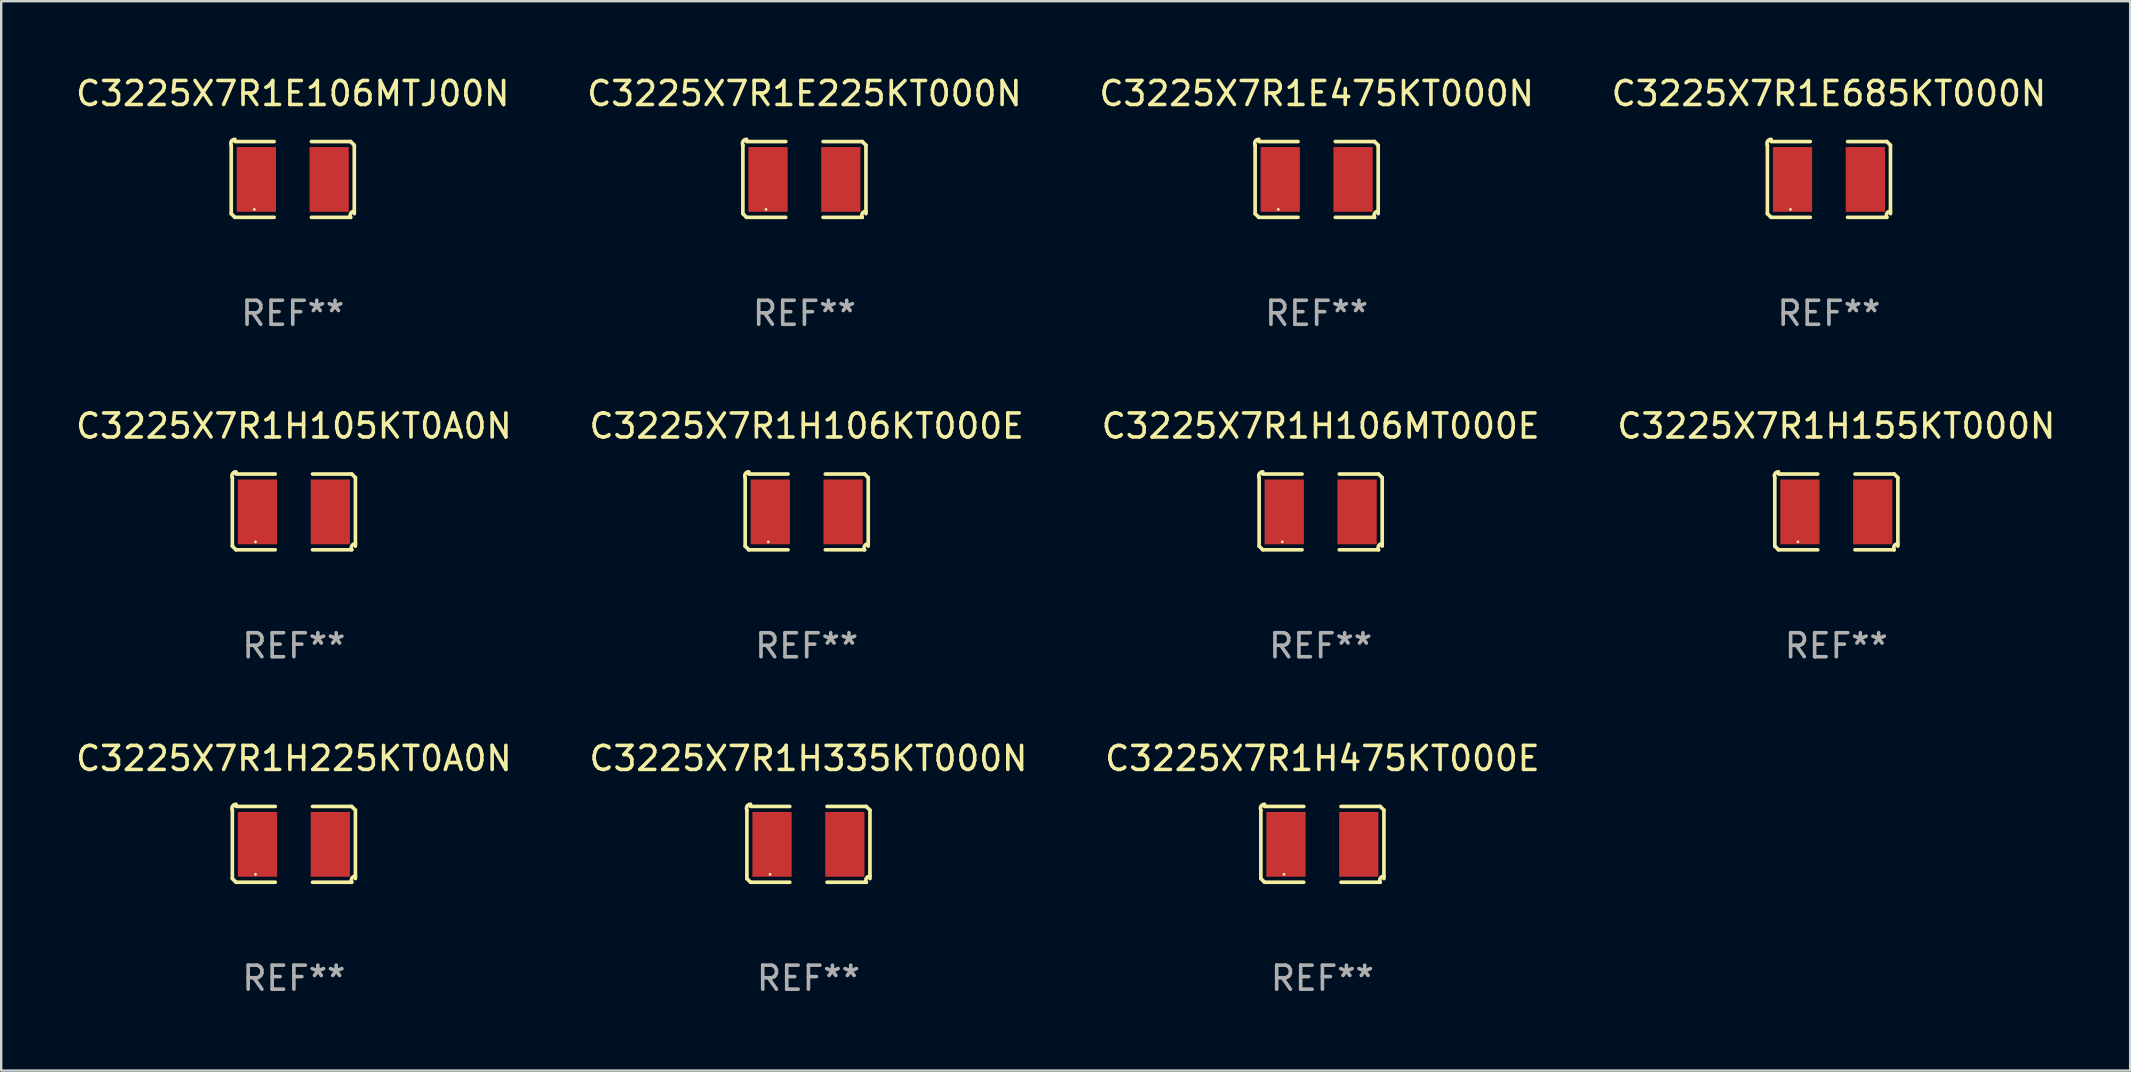
<source format=kicad_pcb>
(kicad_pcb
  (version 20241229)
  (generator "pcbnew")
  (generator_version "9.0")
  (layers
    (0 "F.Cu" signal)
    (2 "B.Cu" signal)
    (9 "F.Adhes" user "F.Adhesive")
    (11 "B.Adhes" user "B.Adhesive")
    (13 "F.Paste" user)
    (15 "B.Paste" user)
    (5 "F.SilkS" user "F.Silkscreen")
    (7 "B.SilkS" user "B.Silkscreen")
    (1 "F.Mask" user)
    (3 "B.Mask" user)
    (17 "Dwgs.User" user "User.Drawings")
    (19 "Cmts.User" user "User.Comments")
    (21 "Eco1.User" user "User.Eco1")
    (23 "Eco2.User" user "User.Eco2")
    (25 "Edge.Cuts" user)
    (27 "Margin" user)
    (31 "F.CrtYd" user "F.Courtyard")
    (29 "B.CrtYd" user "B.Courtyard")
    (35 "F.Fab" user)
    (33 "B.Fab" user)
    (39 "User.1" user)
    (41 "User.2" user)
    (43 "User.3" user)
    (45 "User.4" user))
  (footprint "C3225X7R1H155KT000N"
    (layer "F.Cu")
    (at 73.47 18.281)
    (property "Reference" "C3225X7R1H155KT000N" (at 0 -3.579 0) (layer "F.SilkS") (effects (font (size 1 1) (thickness 0.15))))
    (attr through_hole)
    (fp_line (start -2.564 1.426) (end -2.564 -1.426) (stroke (width 0.152) (type solid)) (layer "F.SilkS"))
    (fp_line (start -2.411 -1.579) (end -0.776 -1.579) (stroke (width 0.152) (type solid)) (layer "F.SilkS"))
    (fp_line (start -0.776 1.579) (end -2.411 1.579) (stroke (width 0.152) (type solid)) (layer "F.SilkS"))
    (fp_line (start 0.776 1.579) (end 2.411 1.579) (stroke (width 0.152) (type solid)) (layer "F.SilkS"))
    (fp_line (start 2.411 -1.579) (end 0.776 -1.579) (stroke (width 0.152) (type solid)) (layer "F.SilkS"))
    (fp_line (start 2.564 1.426) (end 2.564 -1.426) (stroke (width 0.152) (type solid)) (layer "F.SilkS"))
    (fp_arc (start -2.563602 -1.426213) (mid -2.555597 -1.591233) (end -2.411201 -1.671518) (stroke (width 0.1524) (type solid)) (layer "F.SilkS"))
    (fp_arc (start -2.5636 1.426214) (mid -2.487389 1.502402) (end -2.411201 1.578613) (stroke (width 0.1524) (type solid)) (layer "F.SilkS"))
    (fp_arc (start 2.411197 -1.578618) (mid 2.487403 -1.502419) (end 2.563602 -1.426213) (stroke (width 0.1524) (type solid)) (layer "F.SilkS"))
    (fp_arc (start 2.411201 1.578613) (mid 2.416214 1.409455) (end 2.563602 1.32629) (stroke (width 0.1524) (type solid)) (layer "F.SilkS"))
    (fp_circle (center -1.6 1.25) (end -1.57 1.25) (stroke (width 0.06) (type solid)) (fill no) (layer "F.SilkS"))
    (fp_text user "REF**" (at 0 5.579 0) (layer "F.Fab") (effects (font (size 1 1) (thickness 0.15))))
    (pad "1" smd rect (at -1.517 0) (size 1.635 2.7) (layers "F.Cu" "F.Mask" "F.Paste"))
    (pad "2" smd rect (at 1.517 0) (size 1.635 2.7) (layers "F.Cu" "F.Mask" "F.Paste")))
  (footprint "C3225X7R1E225KT000N"
    (layer "F.Cu")
    (at 30.47 4.427)
    (property "Reference" "C3225X7R1E225KT000N" (at 0 -3.579 0) (layer "F.SilkS") (effects (font (size 1 1) (thickness 0.15))))
    (attr through_hole)
    (fp_line (start -2.564 1.426) (end -2.564 -1.426) (stroke (width 0.152) (type solid)) (layer "F.SilkS"))
    (fp_line (start -2.411 -1.579) (end -0.776 -1.579) (stroke (width 0.152) (type solid)) (layer "F.SilkS"))
    (fp_line (start -0.776 1.579) (end -2.411 1.579) (stroke (width 0.152) (type solid)) (layer "F.SilkS"))
    (fp_line (start 0.776 1.579) (end 2.411 1.579) (stroke (width 0.152) (type solid)) (layer "F.SilkS"))
    (fp_line (start 2.411 -1.579) (end 0.776 -1.579) (stroke (width 0.152) (type solid)) (layer "F.SilkS"))
    (fp_line (start 2.564 1.426) (end 2.564 -1.426) (stroke (width 0.152) (type solid)) (layer "F.SilkS"))
    (fp_arc (start -2.563602 -1.426213) (mid -2.555597 -1.591233) (end -2.411201 -1.671518) (stroke (width 0.1524) (type solid)) (layer "F.SilkS"))
    (fp_arc (start -2.5636 1.426214) (mid -2.487389 1.502402) (end -2.411201 1.578613) (stroke (width 0.1524) (type solid)) (layer "F.SilkS"))
    (fp_arc (start 2.411197 -1.578618) (mid 2.487403 -1.502419) (end 2.563602 -1.426213) (stroke (width 0.1524) (type solid)) (layer "F.SilkS"))
    (fp_arc (start 2.411201 1.578613) (mid 2.416214 1.409455) (end 2.563602 1.32629) (stroke (width 0.1524) (type solid)) (layer "F.SilkS"))
    (fp_circle (center -1.6 1.25) (end -1.57 1.25) (stroke (width 0.06) (type solid)) (fill no) (layer "F.SilkS"))
    (fp_text user "REF**" (at 0 5.579 0) (layer "F.Fab") (effects (font (size 1 1) (thickness 0.15))))
    (pad "1" smd rect (at -1.517 0) (size 1.635 2.7) (layers "F.Cu" "F.Mask" "F.Paste"))
    (pad "2" smd rect (at 1.517 0) (size 1.635 2.7) (layers "F.Cu" "F.Mask" "F.Paste")))
  (footprint "C3225X7R1H106KT000E"
    (layer "F.Cu")
    (at 30.565 18.281)
    (property "Reference" "C3225X7R1H106KT000E" (at 0 -3.579 0) (layer "F.SilkS") (effects (font (size 1 1) (thickness 0.15))))
    (attr through_hole)
    (fp_line (start -2.564 1.426) (end -2.564 -1.426) (stroke (width 0.152) (type solid)) (layer "F.SilkS"))
    (fp_line (start -2.411 -1.579) (end -0.776 -1.579) (stroke (width 0.152) (type solid)) (layer "F.SilkS"))
    (fp_line (start -0.776 1.579) (end -2.411 1.579) (stroke (width 0.152) (type solid)) (layer "F.SilkS"))
    (fp_line (start 0.776 1.579) (end 2.411 1.579) (stroke (width 0.152) (type solid)) (layer "F.SilkS"))
    (fp_line (start 2.411 -1.579) (end 0.776 -1.579) (stroke (width 0.152) (type solid)) (layer "F.SilkS"))
    (fp_line (start 2.564 1.426) (end 2.564 -1.426) (stroke (width 0.152) (type solid)) (layer "F.SilkS"))
    (fp_arc (start -2.563602 -1.426213) (mid -2.555597 -1.591233) (end -2.411201 -1.671518) (stroke (width 0.1524) (type solid)) (layer "F.SilkS"))
    (fp_arc (start -2.5636 1.426214) (mid -2.487389 1.502402) (end -2.411201 1.578613) (stroke (width 0.1524) (type solid)) (layer "F.SilkS"))
    (fp_arc (start 2.411197 -1.578618) (mid 2.487403 -1.502419) (end 2.563602 -1.426213) (stroke (width 0.1524) (type solid)) (layer "F.SilkS"))
    (fp_arc (start 2.411201 1.578613) (mid 2.416214 1.409455) (end 2.563602 1.32629) (stroke (width 0.1524) (type solid)) (layer "F.SilkS"))
    (fp_circle (center -1.6 1.25) (end -1.57 1.25) (stroke (width 0.06) (type solid)) (fill no) (layer "F.SilkS"))
    (fp_text user "REF**" (at 0 5.579 0) (layer "F.Fab") (effects (font (size 1 1) (thickness 0.15))))
    (pad "1" smd rect (at -1.517 0) (size 1.635 2.7) (layers "F.Cu" "F.Mask" "F.Paste"))
    (pad "2" smd rect (at 1.517 0) (size 1.635 2.7) (layers "F.Cu" "F.Mask" "F.Paste")))
  (footprint "C3225X7R1H335KT000N"
    (layer "F.Cu")
    (at 30.637 32.134)
    (property "Reference" "C3225X7R1H335KT000N" (at 0 -3.579 0) (layer "F.SilkS") (effects (font (size 1 1) (thickness 0.15))))
    (attr through_hole)
    (fp_line (start -2.564 1.426) (end -2.564 -1.426) (stroke (width 0.152) (type solid)) (layer "F.SilkS"))
    (fp_line (start -2.411 -1.579) (end -0.776 -1.579) (stroke (width 0.152) (type solid)) (layer "F.SilkS"))
    (fp_line (start -0.776 1.579) (end -2.411 1.579) (stroke (width 0.152) (type solid)) (layer "F.SilkS"))
    (fp_line (start 0.776 1.579) (end 2.411 1.579) (stroke (width 0.152) (type solid)) (layer "F.SilkS"))
    (fp_line (start 2.411 -1.579) (end 0.776 -1.579) (stroke (width 0.152) (type solid)) (layer "F.SilkS"))
    (fp_line (start 2.564 1.426) (end 2.564 -1.426) (stroke (width 0.152) (type solid)) (layer "F.SilkS"))
    (fp_arc (start -2.563602 -1.426213) (mid -2.555597 -1.591233) (end -2.411201 -1.671518) (stroke (width 0.1524) (type solid)) (layer "F.SilkS"))
    (fp_arc (start -2.5636 1.426214) (mid -2.487389 1.502402) (end -2.411201 1.578613) (stroke (width 0.1524) (type solid)) (layer "F.SilkS"))
    (fp_arc (start 2.411197 -1.578618) (mid 2.487403 -1.502419) (end 2.563602 -1.426213) (stroke (width 0.1524) (type solid)) (layer "F.SilkS"))
    (fp_arc (start 2.411201 1.578613) (mid 2.416214 1.409455) (end 2.563602 1.32629) (stroke (width 0.1524) (type solid)) (layer "F.SilkS"))
    (fp_circle (center -1.6 1.25) (end -1.57 1.25) (stroke (width 0.06) (type solid)) (fill no) (layer "F.SilkS"))
    (fp_text user "REF**" (at 0 5.579 0) (layer "F.Fab") (effects (font (size 1 1) (thickness 0.15))))
    (pad "1" smd rect (at -1.517 0) (size 1.635 2.7) (layers "F.Cu" "F.Mask" "F.Paste"))
    (pad "2" smd rect (at 1.517 0) (size 1.635 2.7) (layers "F.Cu" "F.Mask" "F.Paste")))
  (footprint "C3225X7R1E475KT000N"
    (layer "F.Cu")
    (at 51.815 4.427)
    (property "Reference" "C3225X7R1E475KT000N" (at 0 -3.579 0) (layer "F.SilkS") (effects (font (size 1 1) (thickness 0.15))))
    (attr through_hole)
    (fp_line (start -2.564 1.426) (end -2.564 -1.426) (stroke (width 0.152) (type solid)) (layer "F.SilkS"))
    (fp_line (start -2.411 -1.579) (end -0.776 -1.579) (stroke (width 0.152) (type solid)) (layer "F.SilkS"))
    (fp_line (start -0.776 1.579) (end -2.411 1.579) (stroke (width 0.152) (type solid)) (layer "F.SilkS"))
    (fp_line (start 0.776 1.579) (end 2.411 1.579) (stroke (width 0.152) (type solid)) (layer "F.SilkS"))
    (fp_line (start 2.411 -1.579) (end 0.776 -1.579) (stroke (width 0.152) (type solid)) (layer "F.SilkS"))
    (fp_line (start 2.564 1.426) (end 2.564 -1.426) (stroke (width 0.152) (type solid)) (layer "F.SilkS"))
    (fp_arc (start -2.563602 -1.426213) (mid -2.555597 -1.591233) (end -2.411201 -1.671518) (stroke (width 0.1524) (type solid)) (layer "F.SilkS"))
    (fp_arc (start -2.5636 1.426214) (mid -2.487389 1.502402) (end -2.411201 1.578613) (stroke (width 0.1524) (type solid)) (layer "F.SilkS"))
    (fp_arc (start 2.411197 -1.578618) (mid 2.487403 -1.502419) (end 2.563602 -1.426213) (stroke (width 0.1524) (type solid)) (layer "F.SilkS"))
    (fp_arc (start 2.411201 1.578613) (mid 2.416214 1.409455) (end 2.563602 1.32629) (stroke (width 0.1524) (type solid)) (layer "F.SilkS"))
    (fp_circle (center -1.6 1.25) (end -1.57 1.25) (stroke (width 0.06) (type solid)) (fill no) (layer "F.SilkS"))
    (fp_text user "REF**" (at 0 5.579 0) (layer "F.Fab") (effects (font (size 1 1) (thickness 0.15))))
    (pad "1" smd rect (at -1.517 0) (size 1.635 2.7) (layers "F.Cu" "F.Mask" "F.Paste"))
    (pad "2" smd rect (at 1.517 0) (size 1.635 2.7) (layers "F.Cu" "F.Mask" "F.Paste")))
  (footprint "C3225X7R1H475KT000E"
    (layer "F.Cu")
    (at 52.054 32.134)
    (property "Reference" "C3225X7R1H475KT000E" (at 0 -3.579 0) (layer "F.SilkS") (effects (font (size 1 1) (thickness 0.15))))
    (attr through_hole)
    (fp_line (start -2.564 1.426) (end -2.564 -1.426) (stroke (width 0.152) (type solid)) (layer "F.SilkS"))
    (fp_line (start -2.411 -1.579) (end -0.776 -1.579) (stroke (width 0.152) (type solid)) (layer "F.SilkS"))
    (fp_line (start -0.776 1.579) (end -2.411 1.579) (stroke (width 0.152) (type solid)) (layer "F.SilkS"))
    (fp_line (start 0.776 1.579) (end 2.411 1.579) (stroke (width 0.152) (type solid)) (layer "F.SilkS"))
    (fp_line (start 2.411 -1.579) (end 0.776 -1.579) (stroke (width 0.152) (type solid)) (layer "F.SilkS"))
    (fp_line (start 2.564 1.426) (end 2.564 -1.426) (stroke (width 0.152) (type solid)) (layer "F.SilkS"))
    (fp_arc (start -2.563602 -1.426213) (mid -2.555597 -1.591233) (end -2.411201 -1.671518) (stroke (width 0.1524) (type solid)) (layer "F.SilkS"))
    (fp_arc (start -2.5636 1.426214) (mid -2.487389 1.502402) (end -2.411201 1.578613) (stroke (width 0.1524) (type solid)) (layer "F.SilkS"))
    (fp_arc (start 2.411197 -1.578618) (mid 2.487403 -1.502419) (end 2.563602 -1.426213) (stroke (width 0.1524) (type solid)) (layer "F.SilkS"))
    (fp_arc (start 2.411201 1.578613) (mid 2.416214 1.409455) (end 2.563602 1.32629) (stroke (width 0.1524) (type solid)) (layer "F.SilkS"))
    (fp_circle (center -1.6 1.25) (end -1.57 1.25) (stroke (width 0.06) (type solid)) (fill no) (layer "F.SilkS"))
    (fp_text user "REF**" (at 0 5.579 0) (layer "F.Fab") (effects (font (size 1 1) (thickness 0.15))))
    (pad "1" smd rect (at -1.517 0) (size 1.635 2.7) (layers "F.Cu" "F.Mask" "F.Paste"))
    (pad "2" smd rect (at 1.517 0) (size 1.635 2.7) (layers "F.Cu" "F.Mask" "F.Paste")))
  (footprint "C3225X7R1H225KT0A0N"
    (layer "F.Cu")
    (at 9.196 32.134)
    (property "Reference" "C3225X7R1H225KT0A0N" (at 0 -3.579 0) (layer "F.SilkS") (effects (font (size 1 1) (thickness 0.15))))
    (attr through_hole)
    (fp_line (start -2.564 1.426) (end -2.564 -1.426) (stroke (width 0.152) (type solid)) (layer "F.SilkS"))
    (fp_line (start -2.411 -1.579) (end -0.776 -1.579) (stroke (width 0.152) (type solid)) (layer "F.SilkS"))
    (fp_line (start -0.776 1.579) (end -2.411 1.579) (stroke (width 0.152) (type solid)) (layer "F.SilkS"))
    (fp_line (start 0.776 1.579) (end 2.411 1.579) (stroke (width 0.152) (type solid)) (layer "F.SilkS"))
    (fp_line (start 2.411 -1.579) (end 0.776 -1.579) (stroke (width 0.152) (type solid)) (layer "F.SilkS"))
    (fp_line (start 2.564 1.426) (end 2.564 -1.426) (stroke (width 0.152) (type solid)) (layer "F.SilkS"))
    (fp_arc (start -2.563602 -1.426213) (mid -2.555597 -1.591233) (end -2.411201 -1.671518) (stroke (width 0.1524) (type solid)) (layer "F.SilkS"))
    (fp_arc (start -2.5636 1.426214) (mid -2.487389 1.502402) (end -2.411201 1.578613) (stroke (width 0.1524) (type solid)) (layer "F.SilkS"))
    (fp_arc (start 2.411197 -1.578618) (mid 2.487403 -1.502419) (end 2.563602 -1.426213) (stroke (width 0.1524) (type solid)) (layer "F.SilkS"))
    (fp_arc (start 2.411201 1.578613) (mid 2.416214 1.409455) (end 2.563602 1.32629) (stroke (width 0.1524) (type solid)) (layer "F.SilkS"))
    (fp_circle (center -1.6 1.25) (end -1.57 1.25) (stroke (width 0.06) (type solid)) (fill no) (layer "F.SilkS"))
    (fp_text user "REF**" (at 0 5.579 0) (layer "F.Fab") (effects (font (size 1 1) (thickness 0.15))))
    (pad "1" smd rect (at -1.517 0) (size 1.635 2.7) (layers "F.Cu" "F.Mask" "F.Paste"))
    (pad "2" smd rect (at 1.517 0) (size 1.635 2.7) (layers "F.Cu" "F.Mask" "F.Paste")))
  (footprint "C3225X7R1H106MT000E"
    (layer "F.Cu")
    (at 51.982 18.281)
    (property "Reference" "C3225X7R1H106MT000E" (at 0 -3.579 0) (layer "F.SilkS") (effects (font (size 1 1) (thickness 0.15))))
    (attr through_hole)
    (fp_line (start -2.564 1.426) (end -2.564 -1.426) (stroke (width 0.152) (type solid)) (layer "F.SilkS"))
    (fp_line (start -2.411 -1.579) (end -0.776 -1.579) (stroke (width 0.152) (type solid)) (layer "F.SilkS"))
    (fp_line (start -0.776 1.579) (end -2.411 1.579) (stroke (width 0.152) (type solid)) (layer "F.SilkS"))
    (fp_line (start 0.776 1.579) (end 2.411 1.579) (stroke (width 0.152) (type solid)) (layer "F.SilkS"))
    (fp_line (start 2.411 -1.579) (end 0.776 -1.579) (stroke (width 0.152) (type solid)) (layer "F.SilkS"))
    (fp_line (start 2.564 1.426) (end 2.564 -1.426) (stroke (width 0.152) (type solid)) (layer "F.SilkS"))
    (fp_arc (start -2.563602 -1.426213) (mid -2.555597 -1.591233) (end -2.411201 -1.671518) (stroke (width 0.1524) (type solid)) (layer "F.SilkS"))
    (fp_arc (start -2.5636 1.426214) (mid -2.487389 1.502402) (end -2.411201 1.578613) (stroke (width 0.1524) (type solid)) (layer "F.SilkS"))
    (fp_arc (start 2.411197 -1.578618) (mid 2.487403 -1.502419) (end 2.563602 -1.426213) (stroke (width 0.1524) (type solid)) (layer "F.SilkS"))
    (fp_arc (start 2.411201 1.578613) (mid 2.416214 1.409455) (end 2.563602 1.32629) (stroke (width 0.1524) (type solid)) (layer "F.SilkS"))
    (fp_circle (center -1.6 1.25) (end -1.57 1.25) (stroke (width 0.06) (type solid)) (fill no) (layer "F.SilkS"))
    (fp_text user "REF**" (at 0 5.579 0) (layer "F.Fab") (effects (font (size 1 1) (thickness 0.15))))
    (pad "1" smd rect (at -1.517 0) (size 1.635 2.7) (layers "F.Cu" "F.Mask" "F.Paste"))
    (pad "2" smd rect (at 1.517 0) (size 1.635 2.7) (layers "F.Cu" "F.Mask" "F.Paste")))
  (footprint "C3225X7R1H105KT0A0N"
    (layer "F.Cu")
    (at 9.196 18.281)
    (property "Reference" "C3225X7R1H105KT0A0N" (at 0 -3.579 0) (layer "F.SilkS") (effects (font (size 1 1) (thickness 0.15))))
    (attr through_hole)
    (fp_line (start -2.564 1.426) (end -2.564 -1.426) (stroke (width 0.152) (type solid)) (layer "F.SilkS"))
    (fp_line (start -2.411 -1.579) (end -0.776 -1.579) (stroke (width 0.152) (type solid)) (layer "F.SilkS"))
    (fp_line (start -0.776 1.579) (end -2.411 1.579) (stroke (width 0.152) (type solid)) (layer "F.SilkS"))
    (fp_line (start 0.776 1.579) (end 2.411 1.579) (stroke (width 0.152) (type solid)) (layer "F.SilkS"))
    (fp_line (start 2.411 -1.579) (end 0.776 -1.579) (stroke (width 0.152) (type solid)) (layer "F.SilkS"))
    (fp_line (start 2.564 1.426) (end 2.564 -1.426) (stroke (width 0.152) (type solid)) (layer "F.SilkS"))
    (fp_arc (start -2.563602 -1.426213) (mid -2.555597 -1.591233) (end -2.411201 -1.671518) (stroke (width 0.1524) (type solid)) (layer "F.SilkS"))
    (fp_arc (start -2.5636 1.426214) (mid -2.487389 1.502402) (end -2.411201 1.578613) (stroke (width 0.1524) (type solid)) (layer "F.SilkS"))
    (fp_arc (start 2.411197 -1.578618) (mid 2.487403 -1.502419) (end 2.563602 -1.426213) (stroke (width 0.1524) (type solid)) (layer "F.SilkS"))
    (fp_arc (start 2.411201 1.578613) (mid 2.416214 1.409455) (end 2.563602 1.32629) (stroke (width 0.1524) (type solid)) (layer "F.SilkS"))
    (fp_circle (center -1.6 1.25) (end -1.57 1.25) (stroke (width 0.06) (type solid)) (fill no) (layer "F.SilkS"))
    (fp_text user "REF**" (at 0 5.579 0) (layer "F.Fab") (effects (font (size 1 1) (thickness 0.15))))
    (pad "1" smd rect (at -1.517 0) (size 1.635 2.7) (layers "F.Cu" "F.Mask" "F.Paste"))
    (pad "2" smd rect (at 1.517 0) (size 1.635 2.7) (layers "F.Cu" "F.Mask" "F.Paste")))
  (footprint "C3225X7R1E685KT000N"
    (layer "F.Cu")
    (at 73.161 4.427)
    (property "Reference" "C3225X7R1E685KT000N" (at 0 -3.579 0) (layer "F.SilkS") (effects (font (size 1 1) (thickness 0.15))))
    (attr through_hole)
    (fp_line (start -2.564 1.426) (end -2.564 -1.426) (stroke (width 0.152) (type solid)) (layer "F.SilkS"))
    (fp_line (start -2.411 -1.579) (end -0.776 -1.579) (stroke (width 0.152) (type solid)) (layer "F.SilkS"))
    (fp_line (start -0.776 1.579) (end -2.411 1.579) (stroke (width 0.152) (type solid)) (layer "F.SilkS"))
    (fp_line (start 0.776 1.579) (end 2.411 1.579) (stroke (width 0.152) (type solid)) (layer "F.SilkS"))
    (fp_line (start 2.411 -1.579) (end 0.776 -1.579) (stroke (width 0.152) (type solid)) (layer "F.SilkS"))
    (fp_line (start 2.564 1.426) (end 2.564 -1.426) (stroke (width 0.152) (type solid)) (layer "F.SilkS"))
    (fp_arc (start -2.563602 -1.426213) (mid -2.555597 -1.591233) (end -2.411201 -1.671518) (stroke (width 0.1524) (type solid)) (layer "F.SilkS"))
    (fp_arc (start -2.5636 1.426214) (mid -2.487389 1.502402) (end -2.411201 1.578613) (stroke (width 0.1524) (type solid)) (layer "F.SilkS"))
    (fp_arc (start 2.411197 -1.578618) (mid 2.487403 -1.502419) (end 2.563602 -1.426213) (stroke (width 0.1524) (type solid)) (layer "F.SilkS"))
    (fp_arc (start 2.411201 1.578613) (mid 2.416214 1.409455) (end 2.563602 1.32629) (stroke (width 0.1524) (type solid)) (layer "F.SilkS"))
    (fp_circle (center -1.6 1.25) (end -1.57 1.25) (stroke (width 0.06) (type solid)) (fill no) (layer "F.SilkS"))
    (fp_text user "REF**" (at 0 5.579 0) (layer "F.Fab") (effects (font (size 1 1) (thickness 0.15))))
    (pad "1" smd rect (at -1.517 0) (size 1.635 2.7) (layers "F.Cu" "F.Mask" "F.Paste"))
    (pad "2" smd rect (at 1.517 0) (size 1.635 2.7) (layers "F.Cu" "F.Mask" "F.Paste")))
  (footprint "C3225X7R1E106MTJ00N"
    (layer "F.Cu")
    (at 9.149 4.427)
    (property "Reference" "C3225X7R1E106MTJ00N" (at 0 -3.579 0) (layer "F.SilkS") (effects (font (size 1 1) (thickness 0.15))))
    (attr through_hole)
    (fp_line (start -2.564 1.426) (end -2.564 -1.426) (stroke (width 0.152) (type solid)) (layer "F.SilkS"))
    (fp_line (start -2.411 -1.579) (end -0.776 -1.579) (stroke (width 0.152) (type solid)) (layer "F.SilkS"))
    (fp_line (start -0.776 1.579) (end -2.411 1.579) (stroke (width 0.152) (type solid)) (layer "F.SilkS"))
    (fp_line (start 0.776 1.579) (end 2.411 1.579) (stroke (width 0.152) (type solid)) (layer "F.SilkS"))
    (fp_line (start 2.411 -1.579) (end 0.776 -1.579) (stroke (width 0.152) (type solid)) (layer "F.SilkS"))
    (fp_line (start 2.564 1.426) (end 2.564 -1.426) (stroke (width 0.152) (type solid)) (layer "F.SilkS"))
    (fp_arc (start -2.563602 -1.426213) (mid -2.555597 -1.591233) (end -2.411201 -1.671518) (stroke (width 0.1524) (type solid)) (layer "F.SilkS"))
    (fp_arc (start -2.5636 1.426214) (mid -2.487389 1.502402) (end -2.411201 1.578613) (stroke (width 0.1524) (type solid)) (layer "F.SilkS"))
    (fp_arc (start 2.411197 -1.578618) (mid 2.487403 -1.502419) (end 2.563602 -1.426213) (stroke (width 0.1524) (type solid)) (layer "F.SilkS"))
    (fp_arc (start 2.411201 1.578613) (mid 2.416214 1.409455) (end 2.563602 1.32629) (stroke (width 0.1524) (type solid)) (layer "F.SilkS"))
    (fp_circle (center -1.6 1.25) (end -1.57 1.25) (stroke (width 0.06) (type solid)) (fill no) (layer "F.SilkS"))
    (fp_text user "REF**" (at 0 5.579 0) (layer "F.Fab") (effects (font (size 1 1) (thickness 0.15))))
    (pad "1" smd rect (at -1.517 0) (size 1.635 2.7) (layers "F.Cu" "F.Mask" "F.Paste"))
    (pad "2" smd rect (at 1.517 0) (size 1.635 2.7) (layers "F.Cu" "F.Mask" "F.Paste")))
  (gr_rect
    (start -3 -3)
    (end 85.714 41.561)
    (stroke (width 0.1) (type default))
    (fill no)
    (layer "Edge.Cuts")))
</source>
